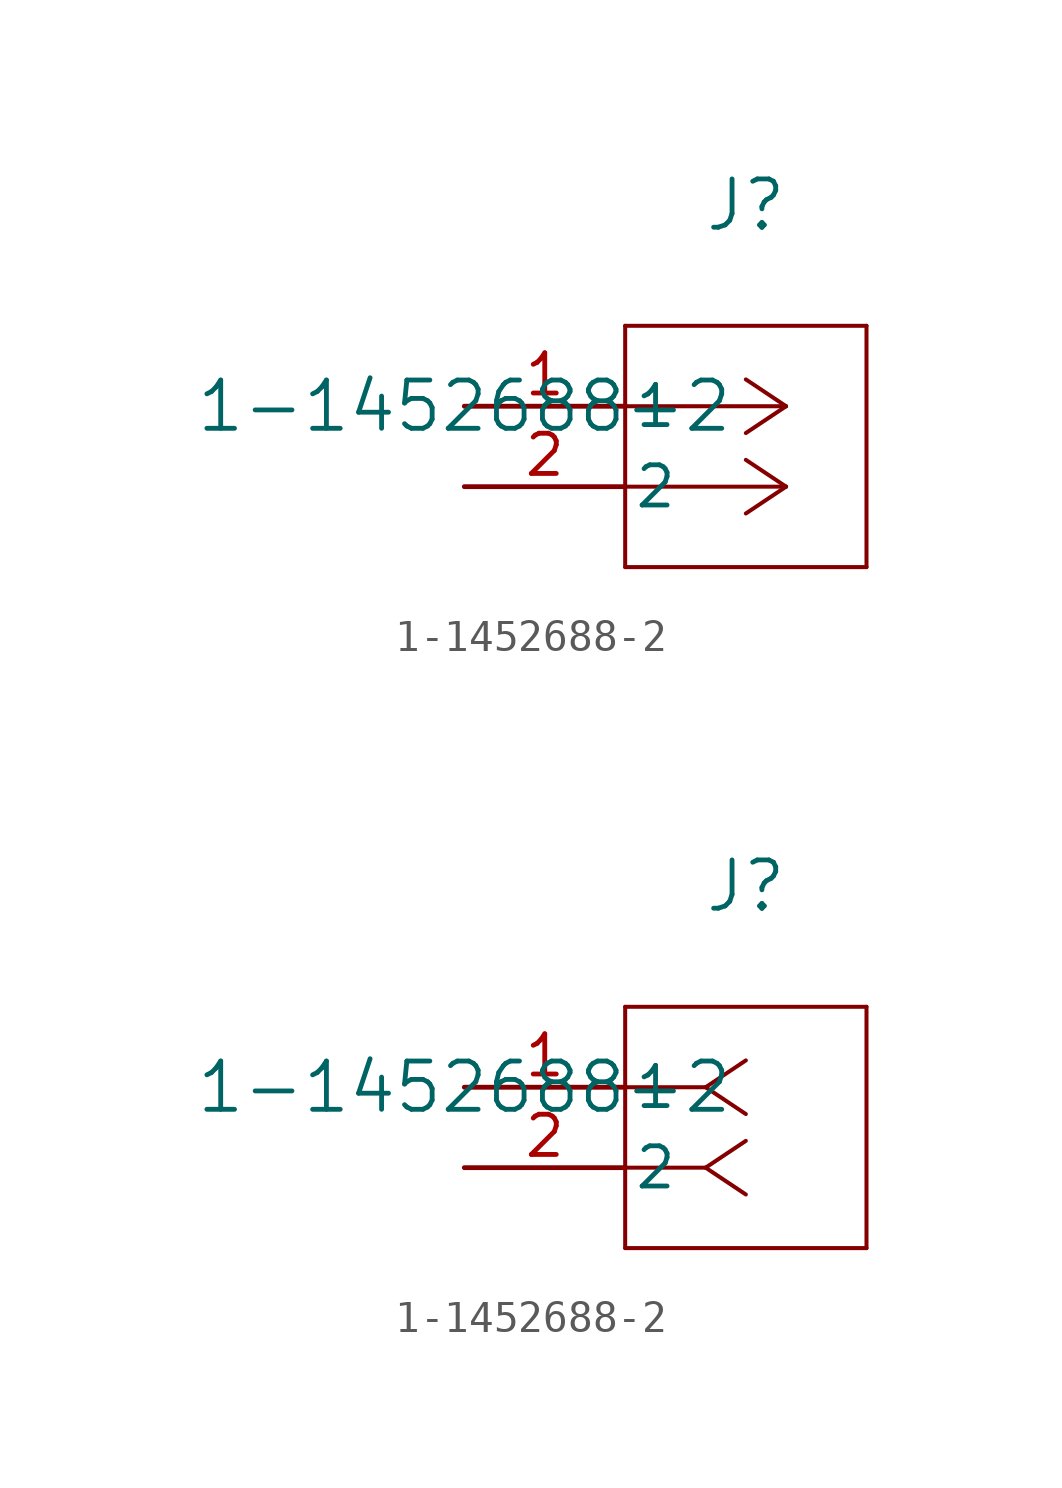
<source format=kicad_sym>
(kicad_symbol_lib
  (version 20211014)
  (generator kicad_symbol_editor)
  (symbol "1-1452688-2"
    (pin_names
      (offset 0.254))
    (property "Reference" "J"
      (at 8.89 6.35 0)
      (effects (font (size 1.524 1.524))))
    (property "Value" "1-1452688-2"
      (at 0 0 0)
      (effects (font (size 1.524 1.524))))
    (symbol "1-1452688-2_1_1"
      (polyline (pts (xy 10.16 0) (xy 5.08 0)) (stroke (width 0.127) (type default) (color 0 0 0 0)) (fill (type none)))
      (polyline (pts (xy 10.16 -2.54) (xy 5.08 -2.54)) (stroke (width 0.127) (type default) (color 0 0 0 0)) (fill (type none)))
      (polyline (pts (xy 10.16 0) (xy 8.89 0.847)) (stroke (width 0.127) (type default) (color 0 0 0 0)) (fill (type none)))
      (polyline (pts (xy 10.16 -2.54) (xy 8.89 -1.693)) (stroke (width 0.127) (type default) (color 0 0 0 0)) (fill (type none)))
      (polyline (pts (xy 10.16 0) (xy 8.89 -0.847)) (stroke (width 0.127) (type default) (color 0 0 0 0)) (fill (type none)))
      (polyline (pts (xy 10.16 -2.54) (xy 8.89 -3.387)) (stroke (width 0.127) (type default) (color 0 0 0 0)) (fill (type none)))
      (polyline (pts (xy 5.08 2.54) (xy 5.08 -5.08)) (stroke (width 0.127) (type default) (color 0 0 0 0)) (fill (type none)))
      (polyline (pts (xy 5.08 -5.08) (xy 12.7 -5.08)) (stroke (width 0.127) (type default) (color 0 0 0 0)) (fill (type none)))
      (polyline (pts (xy 12.7 -5.08) (xy 12.7 2.54)) (stroke (width 0.127) (type default) (color 0 0 0 0)) (fill (type none)))
      (polyline (pts (xy 12.7 2.54) (xy 5.08 2.54)) (stroke (width 0.127) (type default) (color 0 0 0 0)) (fill (type none)))
      (pin unspecified line (at 0 0 0) (length 5.08) (name "1" (effects (font (size 1.27 1.27)))) (number "1" (effects (font (size 1.27 1.27)))))
      (pin unspecified line (at 0 -2.54 0) (length 5.08) (name "2" (effects (font (size 1.27 1.27)))) (number "2" (effects (font (size 1.27 1.27))))))
    (symbol "1-1452688-2_1_2"
      (polyline (pts (xy 7.62 0) (xy 5.08 0)) (stroke (width 0.127) (type default) (color 0 0 0 0)) (fill (type none)))
      (polyline (pts (xy 7.62 -2.54) (xy 5.08 -2.54)) (stroke (width 0.127) (type default) (color 0 0 0 0)) (fill (type none)))
      (polyline (pts (xy 7.62 0) (xy 8.89 0.847)) (stroke (width 0.127) (type default) (color 0 0 0 0)) (fill (type none)))
      (polyline (pts (xy 7.62 -2.54) (xy 8.89 -1.693)) (stroke (width 0.127) (type default) (color 0 0 0 0)) (fill (type none)))
      (polyline (pts (xy 7.62 0) (xy 8.89 -0.847)) (stroke (width 0.127) (type default) (color 0 0 0 0)) (fill (type none)))
      (polyline (pts (xy 7.62 -2.54) (xy 8.89 -3.387)) (stroke (width 0.127) (type default) (color 0 0 0 0)) (fill (type none)))
      (polyline (pts (xy 5.08 2.54) (xy 5.08 -5.08)) (stroke (width 0.127) (type default) (color 0 0 0 0)) (fill (type none)))
      (polyline (pts (xy 5.08 -5.08) (xy 12.7 -5.08)) (stroke (width 0.127) (type default) (color 0 0 0 0)) (fill (type none)))
      (polyline (pts (xy 12.7 -5.08) (xy 12.7 2.54)) (stroke (width 0.127) (type default) (color 0 0 0 0)) (fill (type none)))
      (polyline (pts (xy 12.7 2.54) (xy 5.08 2.54)) (stroke (width 0.127) (type default) (color 0 0 0 0)) (fill (type none)))
      (pin unspecified line (at 0 0 0) (length 5.08) (name "1" (effects (font (size 1.27 1.27)))) (number "1" (effects (font (size 1.27 1.27)))))
      (pin unspecified line (at 0 -2.54 0) (length 5.08) (name "2" (effects (font (size 1.27 1.27)))) (number "2" (effects (font (size 1.27 1.27))))))))
</source>
